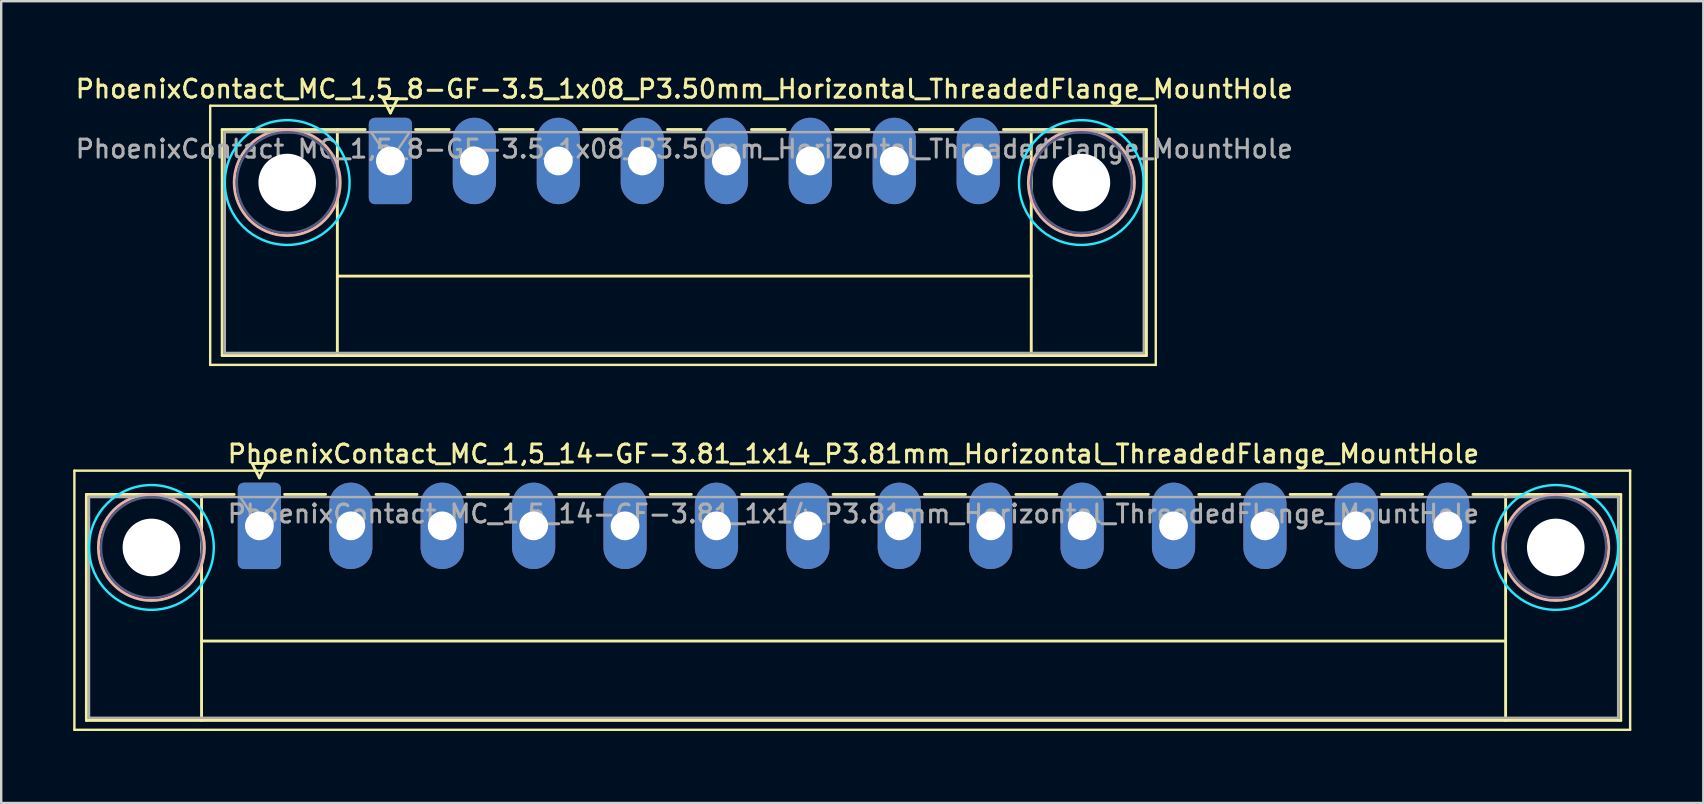
<source format=kicad_pcb>
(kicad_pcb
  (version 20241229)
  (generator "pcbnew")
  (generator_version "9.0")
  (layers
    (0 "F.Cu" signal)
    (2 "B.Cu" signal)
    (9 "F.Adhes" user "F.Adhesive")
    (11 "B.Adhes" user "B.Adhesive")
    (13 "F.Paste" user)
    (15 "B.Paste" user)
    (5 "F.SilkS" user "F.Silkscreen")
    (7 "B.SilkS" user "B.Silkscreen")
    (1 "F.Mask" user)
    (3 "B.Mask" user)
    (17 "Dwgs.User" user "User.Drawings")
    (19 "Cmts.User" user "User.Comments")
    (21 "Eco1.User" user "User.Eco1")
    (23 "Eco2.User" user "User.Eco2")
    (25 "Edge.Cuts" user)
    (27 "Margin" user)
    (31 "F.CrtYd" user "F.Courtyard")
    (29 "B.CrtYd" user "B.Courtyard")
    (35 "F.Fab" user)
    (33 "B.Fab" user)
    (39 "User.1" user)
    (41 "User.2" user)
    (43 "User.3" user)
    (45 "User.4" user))
  (footprint "PhoenixContact_MC_1,5_14-GF-3.81_1x14_P3.81mm_Horizontal_ThreadedFlange_MountHole"
    (layer "F.Cu")
    (at 7.76 18.866)
    (property "Reference" "PhoenixContact_MC_1,5_14-GF-3.81_1x14_P3.81mm_Horizontal_ThreadedFlange_MountHole" (at 24.76 -3 0) (layer "F.SilkS") (effects (font (size 0.75 0.75) (thickness 0.125))))
    (attr through_hole)
    (fp_line (start -7.71 -2.3) (end -7.71 8.5) (stroke (width 0.1) (type solid)) (layer "F.SilkS"))
    (fp_line (start -7.71 8.5) (end 57.13 8.5) (stroke (width 0.1) (type solid)) (layer "F.SilkS"))
    (fp_line (start -7.21 -1.31) (end -7.21 8.11) (stroke (width 0.12) (type solid)) (layer "F.SilkS"))
    (fp_line (start -7.21 -1.31) (end -1.05 -1.31) (stroke (width 0.12) (type solid)) (layer "F.SilkS"))
    (fp_line (start -7.21 8.11) (end 56.74 8.11) (stroke (width 0.12) (type solid)) (layer "F.SilkS"))
    (fp_line (start -2.41 -1.31) (end -2.41 8.11) (stroke (width 0.12) (type solid)) (layer "F.SilkS"))
    (fp_line (start -2.41 4.8) (end 51.94 4.8) (stroke (width 0.12) (type solid)) (layer "F.SilkS"))
    (fp_line (start -0.3 -2.6) (end 0.3 -2.6) (stroke (width 0.12) (type solid)) (layer "F.SilkS"))
    (fp_line (start 0 -2) (end -0.3 -2.6) (stroke (width 0.12) (type solid)) (layer "F.SilkS"))
    (fp_line (start 0.3 -2.6) (end 0 -2) (stroke (width 0.12) (type solid)) (layer "F.SilkS"))
    (fp_line (start 1.05 -1.31) (end 2.76 -1.31) (stroke (width 0.12) (type solid)) (layer "F.SilkS"))
    (fp_line (start 4.86 -1.31) (end 6.57 -1.31) (stroke (width 0.12) (type solid)) (layer "F.SilkS"))
    (fp_line (start 8.67 -1.31) (end 10.38 -1.31) (stroke (width 0.12) (type solid)) (layer "F.SilkS"))
    (fp_line (start 12.48 -1.31) (end 14.19 -1.31) (stroke (width 0.12) (type solid)) (layer "F.SilkS"))
    (fp_line (start 16.29 -1.31) (end 18 -1.31) (stroke (width 0.12) (type solid)) (layer "F.SilkS"))
    (fp_line (start 20.1 -1.31) (end 21.81 -1.31) (stroke (width 0.12) (type solid)) (layer "F.SilkS"))
    (fp_line (start 23.91 -1.31) (end 25.62 -1.31) (stroke (width 0.12) (type solid)) (layer "F.SilkS"))
    (fp_line (start 27.72 -1.31) (end 29.43 -1.31) (stroke (width 0.12) (type solid)) (layer "F.SilkS"))
    (fp_line (start 31.53 -1.31) (end 33.24 -1.31) (stroke (width 0.12) (type solid)) (layer "F.SilkS"))
    (fp_line (start 35.34 -1.31) (end 37.05 -1.31) (stroke (width 0.12) (type solid)) (layer "F.SilkS"))
    (fp_line (start 39.15 -1.31) (end 40.86 -1.31) (stroke (width 0.12) (type solid)) (layer "F.SilkS"))
    (fp_line (start 42.96 -1.31) (end 44.67 -1.31) (stroke (width 0.12) (type solid)) (layer "F.SilkS"))
    (fp_line (start 46.77 -1.31) (end 48.48 -1.31) (stroke (width 0.12) (type solid)) (layer "F.SilkS"))
    (fp_line (start 51.94 -1.31) (end 51.94 8.11) (stroke (width 0.12) (type solid)) (layer "F.SilkS"))
    (fp_line (start 56.74 -1.31) (end 50.58 -1.31) (stroke (width 0.12) (type solid)) (layer "F.SilkS"))
    (fp_line (start 56.74 8.11) (end 56.74 -1.31) (stroke (width 0.12) (type solid)) (layer "F.SilkS"))
    (fp_line (start 57.13 -2.3) (end -7.71 -2.3) (stroke (width 0.1) (type solid)) (layer "F.SilkS"))
    (fp_line (start 57.13 8.5) (end 57.13 -2.3) (stroke (width 0.1) (type solid)) (layer "F.SilkS"))
    (fp_circle (center -4.5 0.9) (end -2.29 0.9) (stroke (width 0.12) (type solid)) (fill no) (layer "B.SilkS"))
    (fp_circle (center 54.03 0.9) (end 56.24 0.9) (stroke (width 0.12) (type solid)) (fill no) (layer "B.SilkS"))
    (fp_circle (center -4.5 0.9) (end -1.9 0.9) (stroke (width 0.1) (type solid)) (fill no) (layer "B.CrtYd"))
    (fp_circle (center 54.03 0.9) (end 56.63 0.9) (stroke (width 0.1) (type solid)) (fill no) (layer "B.CrtYd"))
    (fp_circle (center -4.5 0.9) (end -2.4 0.9) (stroke (width 0.1) (type solid)) (fill no) (layer "B.Fab"))
    (fp_circle (center 54.03 0.9) (end 56.13 0.9) (stroke (width 0.1) (type solid)) (fill no) (layer "B.Fab"))
    (fp_line (start -7.1 -1.2) (end -7.1 8) (stroke (width 0.1) (type solid)) (layer "F.Fab"))
    (fp_line (start -7.1 8) (end 56.63 8) (stroke (width 0.1) (type solid)) (layer "F.Fab"))
    (fp_line (start 0 0) (end -0.8 -1.2) (stroke (width 0.1) (type solid)) (layer "F.Fab"))
    (fp_line (start 0.8 -1.2) (end 0 0) (stroke (width 0.1) (type solid)) (layer "F.Fab"))
    (fp_line (start 56.63 -1.2) (end -7.1 -1.2) (stroke (width 0.1) (type solid)) (layer "F.Fab"))
    (fp_line (start 56.63 8) (end 56.63 -1.2) (stroke (width 0.1) (type solid)) (layer "F.Fab"))
    (fp_text user "${REFERENCE}" (at 24.76 -0.5 0) (layer "F.Fab") (effects (font (size 0.75 0.75) (thickness 0.125))))
    (pad "" np_thru_hole circle (at -4.5 0.9) (size 2.4 2.4) (drill 2.4) (layers "*.Cu" "*.Mask"))
    (pad "" np_thru_hole circle (at 54.03 0.9) (size 2.4 2.4) (drill 2.4) (layers "*.Cu" "*.Mask"))
    (pad "1" thru_hole roundrect (at 0 0) (size 1.8 3.6) (drill 1.2) (layers "*.Cu" "*.Mask") (roundrect_rratio 0.139))
    (pad "2" thru_hole oval (at 3.81 0) (size 1.8 3.6) (drill 1.2) (layers "*.Cu" "*.Mask"))
    (pad "3" thru_hole oval (at 7.62 0) (size 1.8 3.6) (drill 1.2) (layers "*.Cu" "*.Mask"))
    (pad "4" thru_hole oval (at 11.43 0) (size 1.8 3.6) (drill 1.2) (layers "*.Cu" "*.Mask"))
    (pad "5" thru_hole oval (at 15.24 0) (size 1.8 3.6) (drill 1.2) (layers "*.Cu" "*.Mask"))
    (pad "6" thru_hole oval (at 19.05 0) (size 1.8 3.6) (drill 1.2) (layers "*.Cu" "*.Mask"))
    (pad "7" thru_hole oval (at 22.86 0) (size 1.8 3.6) (drill 1.2) (layers "*.Cu" "*.Mask"))
    (pad "8" thru_hole oval (at 26.67 0) (size 1.8 3.6) (drill 1.2) (layers "*.Cu" "*.Mask"))
    (pad "9" thru_hole oval (at 30.48 0) (size 1.8 3.6) (drill 1.2) (layers "*.Cu" "*.Mask"))
    (pad "10" thru_hole oval (at 34.29 0) (size 1.8 3.6) (drill 1.2) (layers "*.Cu" "*.Mask"))
    (pad "11" thru_hole oval (at 38.1 0) (size 1.8 3.6) (drill 1.2) (layers "*.Cu" "*.Mask"))
    (pad "12" thru_hole oval (at 41.91 0) (size 1.8 3.6) (drill 1.2) (layers "*.Cu" "*.Mask"))
    (pad "13" thru_hole oval (at 45.72 0) (size 1.8 3.6) (drill 1.2) (layers "*.Cu" "*.Mask"))
    (pad "14" thru_hole oval (at 49.53 0) (size 1.8 3.6) (drill 1.2) (layers "*.Cu" "*.Mask")))
  (footprint "PhoenixContact_MC_1,5_8-GF-3.5_1x08_P3.50mm_Horizontal_ThreadedFlange_MountHole"
    (layer "F.Cu")
    (at 13.22 3.658)
    (property "Reference" "PhoenixContact_MC_1,5_8-GF-3.5_1x08_P3.50mm_Horizontal_ThreadedFlange_MountHole" (at 12.25 -3 0) (layer "F.SilkS") (effects (font (size 0.75 0.75) (thickness 0.125))))
    (attr through_hole)
    (fp_line (start -7.51 -2.3) (end -7.51 8.5) (stroke (width 0.1) (type solid)) (layer "F.SilkS"))
    (fp_line (start -7.51 8.5) (end 31.9 8.5) (stroke (width 0.1) (type solid)) (layer "F.SilkS"))
    (fp_line (start -7.01 -1.31) (end -7.01 8.11) (stroke (width 0.12) (type solid)) (layer "F.SilkS"))
    (fp_line (start -7.01 -1.31) (end -1.05 -1.31) (stroke (width 0.12) (type solid)) (layer "F.SilkS"))
    (fp_line (start -7.01 8.11) (end 31.51 8.11) (stroke (width 0.12) (type solid)) (layer "F.SilkS"))
    (fp_line (start -2.21 -1.31) (end -2.21 8.11) (stroke (width 0.12) (type solid)) (layer "F.SilkS"))
    (fp_line (start -2.21 4.8) (end 26.71 4.8) (stroke (width 0.12) (type solid)) (layer "F.SilkS"))
    (fp_line (start -0.3 -2.6) (end 0.3 -2.6) (stroke (width 0.12) (type solid)) (layer "F.SilkS"))
    (fp_line (start 0 -2) (end -0.3 -2.6) (stroke (width 0.12) (type solid)) (layer "F.SilkS"))
    (fp_line (start 0.3 -2.6) (end 0 -2) (stroke (width 0.12) (type solid)) (layer "F.SilkS"))
    (fp_line (start 1.05 -1.31) (end 2.45 -1.31) (stroke (width 0.12) (type solid)) (layer "F.SilkS"))
    (fp_line (start 4.55 -1.31) (end 5.95 -1.31) (stroke (width 0.12) (type solid)) (layer "F.SilkS"))
    (fp_line (start 8.05 -1.31) (end 9.45 -1.31) (stroke (width 0.12) (type solid)) (layer "F.SilkS"))
    (fp_line (start 11.55 -1.31) (end 12.95 -1.31) (stroke (width 0.12) (type solid)) (layer "F.SilkS"))
    (fp_line (start 15.05 -1.31) (end 16.45 -1.31) (stroke (width 0.12) (type solid)) (layer "F.SilkS"))
    (fp_line (start 18.55 -1.31) (end 19.95 -1.31) (stroke (width 0.12) (type solid)) (layer "F.SilkS"))
    (fp_line (start 22.05 -1.31) (end 23.45 -1.31) (stroke (width 0.12) (type solid)) (layer "F.SilkS"))
    (fp_line (start 26.71 -1.31) (end 26.71 8.11) (stroke (width 0.12) (type solid)) (layer "F.SilkS"))
    (fp_line (start 31.51 -1.31) (end 25.55 -1.31) (stroke (width 0.12) (type solid)) (layer "F.SilkS"))
    (fp_line (start 31.51 8.11) (end 31.51 -1.31) (stroke (width 0.12) (type solid)) (layer "F.SilkS"))
    (fp_line (start 31.9 -2.3) (end -7.51 -2.3) (stroke (width 0.1) (type solid)) (layer "F.SilkS"))
    (fp_line (start 31.9 8.5) (end 31.9 -2.3) (stroke (width 0.1) (type solid)) (layer "F.SilkS"))
    (fp_circle (center -4.3 0.9) (end -2.09 0.9) (stroke (width 0.12) (type solid)) (fill no) (layer "B.SilkS"))
    (fp_circle (center 28.8 0.9) (end 31.01 0.9) (stroke (width 0.12) (type solid)) (fill no) (layer "B.SilkS"))
    (fp_circle (center -4.3 0.9) (end -1.7 0.9) (stroke (width 0.1) (type solid)) (fill no) (layer "B.CrtYd"))
    (fp_circle (center 28.8 0.9) (end 31.4 0.9) (stroke (width 0.1) (type solid)) (fill no) (layer "B.CrtYd"))
    (fp_circle (center -4.3 0.9) (end -2.2 0.9) (stroke (width 0.1) (type solid)) (fill no) (layer "B.Fab"))
    (fp_circle (center 28.8 0.9) (end 30.9 0.9) (stroke (width 0.1) (type solid)) (fill no) (layer "B.Fab"))
    (fp_line (start -6.9 -1.2) (end -6.9 8) (stroke (width 0.1) (type solid)) (layer "F.Fab"))
    (fp_line (start -6.9 8) (end 31.4 8) (stroke (width 0.1) (type solid)) (layer "F.Fab"))
    (fp_line (start 0 0) (end -0.8 -1.2) (stroke (width 0.1) (type solid)) (layer "F.Fab"))
    (fp_line (start 0.8 -1.2) (end 0 0) (stroke (width 0.1) (type solid)) (layer "F.Fab"))
    (fp_line (start 31.4 -1.2) (end -6.9 -1.2) (stroke (width 0.1) (type solid)) (layer "F.Fab"))
    (fp_line (start 31.4 8) (end 31.4 -1.2) (stroke (width 0.1) (type solid)) (layer "F.Fab"))
    (fp_text user "${REFERENCE}" (at 12.25 -0.5 0) (layer "F.Fab") (effects (font (size 0.75 0.75) (thickness 0.125))))
    (pad "" np_thru_hole circle (at -4.3 0.9) (size 2.4 2.4) (drill 2.4) (layers "*.Cu" "*.Mask"))
    (pad "" np_thru_hole circle (at 28.8 0.9) (size 2.4 2.4) (drill 2.4) (layers "*.Cu" "*.Mask"))
    (pad "1" thru_hole roundrect (at 0 0) (size 1.8 3.6) (drill 1.2) (layers "*.Cu" "*.Mask") (roundrect_rratio 0.139))
    (pad "2" thru_hole oval (at 3.5 0) (size 1.8 3.6) (drill 1.2) (layers "*.Cu" "*.Mask"))
    (pad "3" thru_hole oval (at 7 0) (size 1.8 3.6) (drill 1.2) (layers "*.Cu" "*.Mask"))
    (pad "4" thru_hole oval (at 10.5 0) (size 1.8 3.6) (drill 1.2) (layers "*.Cu" "*.Mask"))
    (pad "5" thru_hole oval (at 14 0) (size 1.8 3.6) (drill 1.2) (layers "*.Cu" "*.Mask"))
    (pad "6" thru_hole oval (at 17.5 0) (size 1.8 3.6) (drill 1.2) (layers "*.Cu" "*.Mask"))
    (pad "7" thru_hole oval (at 21 0) (size 1.8 3.6) (drill 1.2) (layers "*.Cu" "*.Mask"))
    (pad "8" thru_hole oval (at 24.5 0) (size 1.8 3.6) (drill 1.2) (layers "*.Cu" "*.Mask")))
  (gr_rect
    (start -3 -3)
    (end 67.94 30.416)
    (stroke (width 0.1) (type default))
    (fill no)
    (layer "Edge.Cuts")))
</source>
